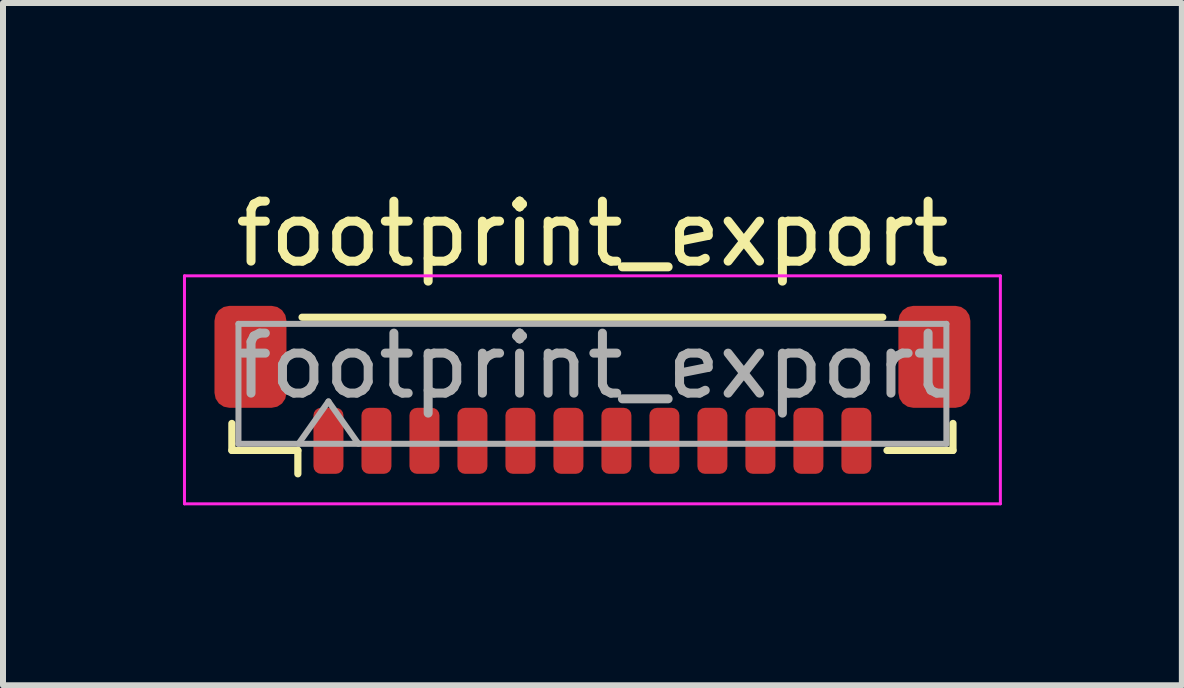
<source format=kicad_pcb>
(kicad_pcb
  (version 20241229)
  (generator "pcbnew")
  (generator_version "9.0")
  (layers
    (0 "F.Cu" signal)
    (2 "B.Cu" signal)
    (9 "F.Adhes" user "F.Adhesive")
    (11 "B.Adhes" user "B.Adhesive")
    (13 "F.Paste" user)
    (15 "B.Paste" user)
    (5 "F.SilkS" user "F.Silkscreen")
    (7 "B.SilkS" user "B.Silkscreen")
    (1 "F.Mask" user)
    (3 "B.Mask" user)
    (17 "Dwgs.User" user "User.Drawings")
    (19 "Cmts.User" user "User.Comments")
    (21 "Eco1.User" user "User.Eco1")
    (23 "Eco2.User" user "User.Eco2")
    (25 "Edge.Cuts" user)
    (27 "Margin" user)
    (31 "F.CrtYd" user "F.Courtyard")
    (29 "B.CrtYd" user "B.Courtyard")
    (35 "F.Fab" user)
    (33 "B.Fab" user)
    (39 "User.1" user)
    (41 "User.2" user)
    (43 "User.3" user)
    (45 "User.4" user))
  (footprint "footprint_export"
    (layer "F.Cu")
    (at 6.825 3.448)
    (property "Reference" "footprint_export" (at 0 -2.6 0) (layer "F.SilkS") (effects (font (size 1 1) (thickness 0.15))))
    (attr smd)
    (fp_line (start -6.01 0.56) (end -6.01 1.01) (stroke (width 0.12) (type solid)) (layer "F.SilkS"))
    (fp_line (start -6.01 1.01) (end -4.91 1.01) (stroke (width 0.12) (type solid)) (layer "F.SilkS"))
    (fp_line (start -4.91 1.01) (end -4.91 1.4) (stroke (width 0.12) (type solid)) (layer "F.SilkS"))
    (fp_line (start -4.84 -1.21) (end 4.84 -1.21) (stroke (width 0.12) (type solid)) (layer "F.SilkS"))
    (fp_line (start 6.01 0.56) (end 6.01 1.01) (stroke (width 0.12) (type solid)) (layer "F.SilkS"))
    (fp_line (start 6.01 1.01) (end 4.91 1.01) (stroke (width 0.12) (type solid)) (layer "F.SilkS"))
    (fp_line (start -6.8 -1.9) (end -6.8 1.9) (stroke (width 0.05) (type solid)) (layer "F.CrtYd"))
    (fp_line (start -6.8 1.9) (end 6.8 1.9) (stroke (width 0.05) (type solid)) (layer "F.CrtYd"))
    (fp_line (start 6.8 -1.9) (end -6.8 -1.9) (stroke (width 0.05) (type solid)) (layer "F.CrtYd"))
    (fp_line (start 6.8 1.9) (end 6.8 -1.9) (stroke (width 0.05) (type solid)) (layer "F.CrtYd"))
    (fp_line (start -5.9 -1.1) (end 5.9 -1.1) (stroke (width 0.1) (type solid)) (layer "F.Fab"))
    (fp_line (start -5.9 0.9) (end -5.9 -1.1) (stroke (width 0.1) (type solid)) (layer "F.Fab"))
    (fp_line (start -5.9 0.9) (end 5.9 0.9) (stroke (width 0.1) (type solid)) (layer "F.Fab"))
    (fp_line (start -4.9 0.9) (end -4.4 0.193) (stroke (width 0.1) (type solid)) (layer "F.Fab"))
    (fp_line (start -4.4 0.193) (end -3.9 0.9) (stroke (width 0.1) (type solid)) (layer "F.Fab"))
    (fp_line (start 5.9 0.9) (end 5.9 -1.1) (stroke (width 0.1) (type solid)) (layer "F.Fab"))
    (fp_text user "${REFERENCE}" (at 0 -0.4 0) (layer "F.Fab") (effects (font (size 1 1) (thickness 0.15))))
    (pad "1" smd roundrect (at -4.4 0.85) (size 0.5 1.1) (layers "F.Cu" "F.Mask" "F.Paste") (roundrect_rratio 0.25))
    (pad "2" smd roundrect (at -3.6 0.85) (size 0.5 1.1) (layers "F.Cu" "F.Mask" "F.Paste") (roundrect_rratio 0.25))
    (pad "3" smd roundrect (at -2.8 0.85) (size 0.5 1.1) (layers "F.Cu" "F.Mask" "F.Paste") (roundrect_rratio 0.25))
    (pad "4" smd roundrect (at -2 0.85) (size 0.5 1.1) (layers "F.Cu" "F.Mask" "F.Paste") (roundrect_rratio 0.25))
    (pad "5" smd roundrect (at -1.2 0.85) (size 0.5 1.1) (layers "F.Cu" "F.Mask" "F.Paste") (roundrect_rratio 0.25))
    (pad "6" smd roundrect (at -0.4 0.85) (size 0.5 1.1) (layers "F.Cu" "F.Mask" "F.Paste") (roundrect_rratio 0.25))
    (pad "7" smd roundrect (at 0.4 0.85) (size 0.5 1.1) (layers "F.Cu" "F.Mask" "F.Paste") (roundrect_rratio 0.25))
    (pad "8" smd roundrect (at 1.2 0.85) (size 0.5 1.1) (layers "F.Cu" "F.Mask" "F.Paste") (roundrect_rratio 0.25))
    (pad "9" smd roundrect (at 2 0.85) (size 0.5 1.1) (layers "F.Cu" "F.Mask" "F.Paste") (roundrect_rratio 0.25))
    (pad "10" smd roundrect (at 2.8 0.85) (size 0.5 1.1) (layers "F.Cu" "F.Mask" "F.Paste") (roundrect_rratio 0.25))
    (pad "11" smd roundrect (at 3.6 0.85) (size 0.5 1.1) (layers "F.Cu" "F.Mask" "F.Paste") (roundrect_rratio 0.25))
    (pad "12" smd roundrect (at 4.4 0.85) (size 0.5 1.1) (layers "F.Cu" "F.Mask" "F.Paste") (roundrect_rratio 0.25))
    (pad "MP" smd roundrect (at -5.7 -0.55) (size 1.2 1.7) (layers "F.Cu" "F.Mask" "F.Paste") (roundrect_rratio 0.208))
    (pad "MP" smd roundrect (at 5.7 -0.55) (size 1.2 1.7) (layers "F.Cu" "F.Mask" "F.Paste") (roundrect_rratio 0.208)))
  (gr_rect
    (start -3 -3)
    (end 16.65 8.373)
    (stroke (width 0.1) (type default))
    (fill no)
    (layer "Edge.Cuts")))
</source>
